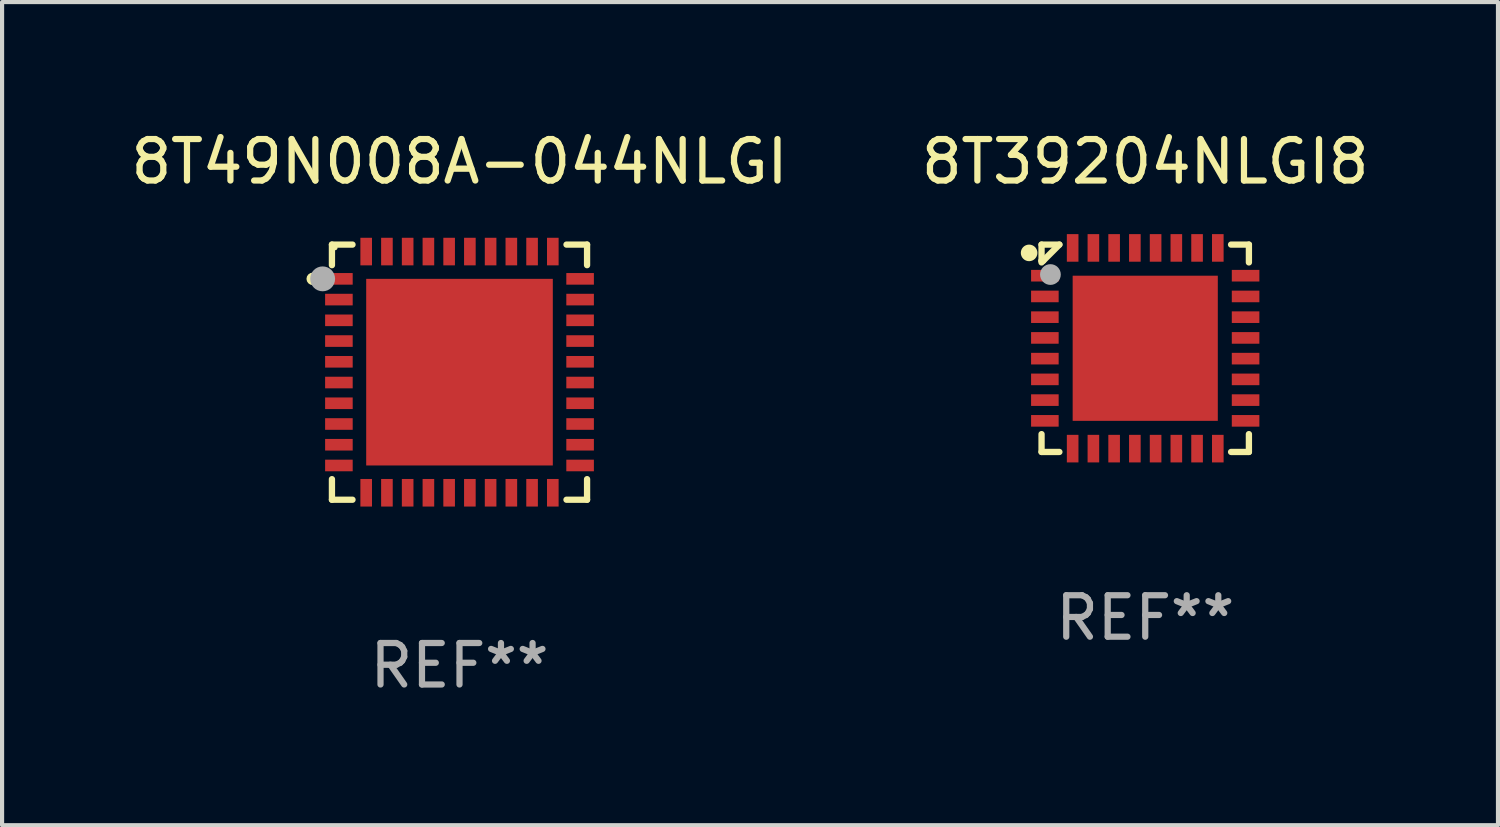
<source format=kicad_pcb>
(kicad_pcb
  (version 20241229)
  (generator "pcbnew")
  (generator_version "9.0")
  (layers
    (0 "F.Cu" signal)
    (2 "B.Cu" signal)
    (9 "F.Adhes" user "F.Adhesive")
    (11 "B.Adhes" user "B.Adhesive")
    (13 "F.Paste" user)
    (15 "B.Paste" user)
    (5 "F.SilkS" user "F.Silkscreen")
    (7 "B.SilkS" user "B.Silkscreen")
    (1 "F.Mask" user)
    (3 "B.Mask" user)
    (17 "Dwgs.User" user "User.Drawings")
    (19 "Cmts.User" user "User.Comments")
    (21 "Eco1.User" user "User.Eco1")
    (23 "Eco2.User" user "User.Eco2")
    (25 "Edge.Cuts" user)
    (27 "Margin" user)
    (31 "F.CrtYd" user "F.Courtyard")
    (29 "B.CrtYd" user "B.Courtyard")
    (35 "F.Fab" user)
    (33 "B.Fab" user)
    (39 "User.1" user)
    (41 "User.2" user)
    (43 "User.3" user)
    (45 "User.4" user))
  (footprint "8T49N008A-044NLGI"
    (layer "F.Cu")
    (at 8.03 5.924)
    (property "Reference" "8T49N008A-044NLGI" (at 0 -5.076 0) (layer "F.SilkS") (effects (font (size 1 1) (thickness 0.15))))
    (attr through_hole)
    (fp_line (start -3.076 -3.076) (end -3.076 -2.58) (stroke (width 0.152) (type solid)) (layer "F.SilkS"))
    (fp_line (start -3.076 3.076) (end -3.076 2.58) (stroke (width 0.152) (type solid)) (layer "F.SilkS"))
    (fp_line (start -2.58 -3.076) (end -3.076 -3.076) (stroke (width 0.152) (type solid)) (layer "F.SilkS"))
    (fp_line (start -2.58 3.076) (end -3.076 3.076) (stroke (width 0.152) (type solid)) (layer "F.SilkS"))
    (fp_line (start 2.58 -3.076) (end 3.076 -3.076) (stroke (width 0.152) (type solid)) (layer "F.SilkS"))
    (fp_line (start 2.58 3.076) (end 3.076 3.076) (stroke (width 0.152) (type solid)) (layer "F.SilkS"))
    (fp_line (start 3.076 -3.076) (end 3.076 -2.58) (stroke (width 0.152) (type solid)) (layer "F.SilkS"))
    (fp_line (start 3.076 3.076) (end 3.076 2.58) (stroke (width 0.152) (type solid)) (layer "F.SilkS"))
    (fp_circle (center -3.54 -2.25) (end -3.465 -2.25) (stroke (width 0.15) (type solid)) (fill no) (layer "F.SilkS"))
    (fp_circle (center -3 -3) (end -2.97 -3) (stroke (width 0.06) (type solid)) (fill no) (layer "F.SilkS"))
    (fp_circle (center -3.3 -2.25) (end -3.15 -2.25) (stroke (width 0.3) (type solid)) (fill no) (layer "F.Fab"))
    (fp_text user "REF**" (at 0 7.076 0) (layer "F.Fab") (effects (font (size 1 1) (thickness 0.15))))
    (pad "1" smd rect (at -2.908 -2.25) (size 0.665 0.28) (layers "F.Cu" "F.Mask" "F.Paste"))
    (pad "2" smd rect (at -2.908 -1.75) (size 0.665 0.28) (layers "F.Cu" "F.Mask" "F.Paste"))
    (pad "3" smd rect (at -2.908 -1.25) (size 0.665 0.28) (layers "F.Cu" "F.Mask" "F.Paste"))
    (pad "4" smd rect (at -2.908 -0.75) (size 0.665 0.28) (layers "F.Cu" "F.Mask" "F.Paste"))
    (pad "5" smd rect (at -2.908 -0.25) (size 0.665 0.28) (layers "F.Cu" "F.Mask" "F.Paste"))
    (pad "6" smd rect (at -2.908 0.25) (size 0.665 0.28) (layers "F.Cu" "F.Mask" "F.Paste"))
    (pad "7" smd rect (at -2.908 0.75) (size 0.665 0.28) (layers "F.Cu" "F.Mask" "F.Paste"))
    (pad "8" smd rect (at -2.908 1.25) (size 0.665 0.28) (layers "F.Cu" "F.Mask" "F.Paste"))
    (pad "9" smd rect (at -2.908 1.75) (size 0.665 0.28) (layers "F.Cu" "F.Mask" "F.Paste"))
    (pad "10" smd rect (at -2.908 2.25) (size 0.665 0.28) (layers "F.Cu" "F.Mask" "F.Paste"))
    (pad "11" smd rect (at -2.25 2.908) (size 0.28 0.665) (layers "F.Cu" "F.Mask" "F.Paste"))
    (pad "12" smd rect (at -1.75 2.908) (size 0.28 0.665) (layers "F.Cu" "F.Mask" "F.Paste"))
    (pad "13" smd rect (at -1.25 2.908) (size 0.28 0.665) (layers "F.Cu" "F.Mask" "F.Paste"))
    (pad "14" smd rect (at -0.75 2.908) (size 0.28 0.665) (layers "F.Cu" "F.Mask" "F.Paste"))
    (pad "15" smd rect (at -0.25 2.908) (size 0.28 0.665) (layers "F.Cu" "F.Mask" "F.Paste"))
    (pad "16" smd rect (at 0.25 2.908) (size 0.28 0.665) (layers "F.Cu" "F.Mask" "F.Paste"))
    (pad "17" smd rect (at 0.75 2.908) (size 0.28 0.665) (layers "F.Cu" "F.Mask" "F.Paste"))
    (pad "18" smd rect (at 1.25 2.908) (size 0.28 0.665) (layers "F.Cu" "F.Mask" "F.Paste"))
    (pad "19" smd rect (at 1.75 2.908) (size 0.28 0.665) (layers "F.Cu" "F.Mask" "F.Paste"))
    (pad "20" smd rect (at 2.25 2.908) (size 0.28 0.665) (layers "F.Cu" "F.Mask" "F.Paste"))
    (pad "21" smd rect (at 2.908 2.25) (size 0.665 0.28) (layers "F.Cu" "F.Mask" "F.Paste"))
    (pad "22" smd rect (at 2.908 1.75) (size 0.665 0.28) (layers "F.Cu" "F.Mask" "F.Paste"))
    (pad "23" smd rect (at 2.908 1.25) (size 0.665 0.28) (layers "F.Cu" "F.Mask" "F.Paste"))
    (pad "24" smd rect (at 2.908 0.75) (size 0.665 0.28) (layers "F.Cu" "F.Mask" "F.Paste"))
    (pad "25" smd rect (at 2.908 0.25) (size 0.665 0.28) (layers "F.Cu" "F.Mask" "F.Paste"))
    (pad "26" smd rect (at 2.908 -0.25) (size 0.665 0.28) (layers "F.Cu" "F.Mask" "F.Paste"))
    (pad "27" smd rect (at 2.908 -0.75) (size 0.665 0.28) (layers "F.Cu" "F.Mask" "F.Paste"))
    (pad "28" smd rect (at 2.908 -1.25) (size 0.665 0.28) (layers "F.Cu" "F.Mask" "F.Paste"))
    (pad "29" smd rect (at 2.908 -1.75) (size 0.665 0.28) (layers "F.Cu" "F.Mask" "F.Paste"))
    (pad "30" smd rect (at 2.908 -2.25) (size 0.665 0.28) (layers "F.Cu" "F.Mask" "F.Paste"))
    (pad "31" smd rect (at 2.25 -2.908) (size 0.28 0.665) (layers "F.Cu" "F.Mask" "F.Paste"))
    (pad "32" smd rect (at 1.75 -2.908) (size 0.28 0.665) (layers "F.Cu" "F.Mask" "F.Paste"))
    (pad "33" smd rect (at 1.25 -2.908) (size 0.28 0.665) (layers "F.Cu" "F.Mask" "F.Paste"))
    (pad "34" smd rect (at 0.75 -2.908) (size 0.28 0.665) (layers "F.Cu" "F.Mask" "F.Paste"))
    (pad "35" smd rect (at 0.25 -2.908) (size 0.28 0.665) (layers "F.Cu" "F.Mask" "F.Paste"))
    (pad "36" smd rect (at -0.25 -2.908) (size 0.28 0.665) (layers "F.Cu" "F.Mask" "F.Paste"))
    (pad "37" smd rect (at -0.75 -2.908) (size 0.28 0.665) (layers "F.Cu" "F.Mask" "F.Paste"))
    (pad "38" smd rect (at -1.25 -2.908) (size 0.28 0.665) (layers "F.Cu" "F.Mask" "F.Paste"))
    (pad "39" smd rect (at -1.75 -2.908) (size 0.28 0.665) (layers "F.Cu" "F.Mask" "F.Paste"))
    (pad "40" smd rect (at -2.25 -2.908) (size 0.28 0.665) (layers "F.Cu" "F.Mask" "F.Paste"))
    (pad "41" smd rect (at 0 0) (size 4.5 4.5) (layers "F.Cu" "F.Mask" "F.Paste")))
  (footprint "8T39204NLGI8"
    (layer "F.Cu")
    (at 24.565 5.348)
    (property "Reference" "8T39204NLGI8" (at 0 -4.5 0) (layer "F.SilkS") (effects (font (size 1 1) (thickness 0.15))))
    (attr through_hole)
    (fp_line (start -2.5 -2.5) (end -2.07 -2.5) (stroke (width 0.152) (type solid)) (layer "F.SilkS"))
    (fp_line (start -2.5 -2.11) (end -2.5 -2.5) (stroke (width 0.152) (type solid)) (layer "F.SilkS"))
    (fp_line (start -2.5 -2.11) (end -2.5 -2.07) (stroke (width 0.152) (type solid)) (layer "F.SilkS"))
    (fp_line (start -2.5 -2.11) (end -2.46 -2.11) (stroke (width 0.152) (type solid)) (layer "F.SilkS"))
    (fp_line (start -2.5 2.5) (end -2.5 2.07) (stroke (width 0.152) (type solid)) (layer "F.SilkS"))
    (fp_line (start -2.46 -2.11) (end -2.07 -2.5) (stroke (width 0.152) (type solid)) (layer "F.SilkS"))
    (fp_line (start -2.07 2.5) (end -2.5 2.5) (stroke (width 0.152) (type solid)) (layer "F.SilkS"))
    (fp_line (start 2.07 -2.5) (end 2.5 -2.5) (stroke (width 0.152) (type solid)) (layer "F.SilkS"))
    (fp_line (start 2.5 -2.5) (end 2.5 -2.07) (stroke (width 0.152) (type solid)) (layer "F.SilkS"))
    (fp_line (start 2.5 2.07) (end 2.5 2.5) (stroke (width 0.152) (type solid)) (layer "F.SilkS"))
    (fp_line (start 2.5 2.5) (end 2.07 2.5) (stroke (width 0.152) (type solid)) (layer "F.SilkS"))
    (fp_circle (center -2.8 -2.3) (end -2.7 -2.3) (stroke (width 0.2) (type solid)) (fill no) (layer "F.SilkS"))
    (fp_circle (center -2.5 -2.5) (end -2.47 -2.5) (stroke (width 0.06) (type solid)) (fill no) (layer "F.SilkS"))
    (fp_circle (center -2.286 -1.778) (end -2.161 -1.778) (stroke (width 0.25) (type solid)) (fill no) (layer "F.Fab"))
    (fp_text user "REF**" (at 0 6.5 0) (layer "F.Fab") (effects (font (size 1 1) (thickness 0.15))))
    (pad "1" smd rect (at -2.42 -1.75 270) (size 0.28 0.665) (layers "F.Cu" "F.Mask" "F.Paste"))
    (pad "2" smd rect (at -2.42 -1.25 270) (size 0.28 0.665) (layers "F.Cu" "F.Mask" "F.Paste"))
    (pad "3" smd rect (at -2.42 -0.75 270) (size 0.28 0.665) (layers "F.Cu" "F.Mask" "F.Paste"))
    (pad "4" smd rect (at -2.42 -0.25 270) (size 0.28 0.665) (layers "F.Cu" "F.Mask" "F.Paste"))
    (pad "5" smd rect (at -2.42 0.25 270) (size 0.28 0.665) (layers "F.Cu" "F.Mask" "F.Paste"))
    (pad "6" smd rect (at -2.42 0.75 270) (size 0.28 0.665) (layers "F.Cu" "F.Mask" "F.Paste"))
    (pad "7" smd rect (at -2.42 1.25 270) (size 0.28 0.665) (layers "F.Cu" "F.Mask" "F.Paste"))
    (pad "8" smd rect (at -2.42 1.75 270) (size 0.28 0.665) (layers "F.Cu" "F.Mask" "F.Paste"))
    (pad "9" smd rect (at -1.75 2.42 270) (size 0.665 0.28) (layers "F.Cu" "F.Mask" "F.Paste"))
    (pad "10" smd rect (at -1.25 2.42 270) (size 0.665 0.28) (layers "F.Cu" "F.Mask" "F.Paste"))
    (pad "11" smd rect (at -0.75 2.42 270) (size 0.665 0.28) (layers "F.Cu" "F.Mask" "F.Paste"))
    (pad "12" smd rect (at -0.25 2.42 270) (size 0.665 0.28) (layers "F.Cu" "F.Mask" "F.Paste"))
    (pad "13" smd rect (at 0.25 2.42 270) (size 0.665 0.28) (layers "F.Cu" "F.Mask" "F.Paste"))
    (pad "14" smd rect (at 0.75 2.42 270) (size 0.665 0.28) (layers "F.Cu" "F.Mask" "F.Paste"))
    (pad "15" smd rect (at 1.25 2.42 270) (size 0.665 0.28) (layers "F.Cu" "F.Mask" "F.Paste"))
    (pad "16" smd rect (at 1.75 2.42 270) (size 0.665 0.28) (layers "F.Cu" "F.Mask" "F.Paste"))
    (pad "17" smd rect (at 2.42 1.75 270) (size 0.28 0.665) (layers "F.Cu" "F.Mask" "F.Paste"))
    (pad "18" smd rect (at 2.42 1.25 270) (size 0.28 0.665) (layers "F.Cu" "F.Mask" "F.Paste"))
    (pad "19" smd rect (at 2.42 0.75 270) (size 0.28 0.665) (layers "F.Cu" "F.Mask" "F.Paste"))
    (pad "20" smd rect (at 2.42 0.25 270) (size 0.28 0.665) (layers "F.Cu" "F.Mask" "F.Paste"))
    (pad "21" smd rect (at 2.42 -0.25 270) (size 0.28 0.665) (layers "F.Cu" "F.Mask" "F.Paste"))
    (pad "22" smd rect (at 2.42 -0.75 270) (size 0.28 0.665) (layers "F.Cu" "F.Mask" "F.Paste"))
    (pad "23" smd rect (at 2.42 -1.25 270) (size 0.28 0.665) (layers "F.Cu" "F.Mask" "F.Paste"))
    (pad "24" smd rect (at 2.42 -1.75 270) (size 0.28 0.665) (layers "F.Cu" "F.Mask" "F.Paste"))
    (pad "25" smd rect (at 1.75 -2.42 270) (size 0.665 0.28) (layers "F.Cu" "F.Mask" "F.Paste"))
    (pad "26" smd rect (at 1.25 -2.42 270) (size 0.665 0.28) (layers "F.Cu" "F.Mask" "F.Paste"))
    (pad "27" smd rect (at 0.75 -2.42 270) (size 0.665 0.28) (layers "F.Cu" "F.Mask" "F.Paste"))
    (pad "28" smd rect (at 0.25 -2.42 270) (size 0.665 0.28) (layers "F.Cu" "F.Mask" "F.Paste"))
    (pad "29" smd rect (at -0.25 -2.42 270) (size 0.665 0.28) (layers "F.Cu" "F.Mask" "F.Paste"))
    (pad "30" smd rect (at -0.75 -2.42 270) (size 0.665 0.28) (layers "F.Cu" "F.Mask" "F.Paste"))
    (pad "31" smd rect (at -1.25 -2.42 270) (size 0.665 0.28) (layers "F.Cu" "F.Mask" "F.Paste"))
    (pad "32" smd rect (at -1.75 -2.42 270) (size 0.665 0.28) (layers "F.Cu" "F.Mask" "F.Paste"))
    (pad "33" smd rect (at 0 0 270) (size 3.5 3.5) (layers "F.Cu" "F.Mask" "F.Paste")))
  (gr_rect
    (start -3 -3)
    (end 33.071 16.849)
    (stroke (width 0.1) (type default))
    (fill no)
    (layer "Edge.Cuts")))
</source>
